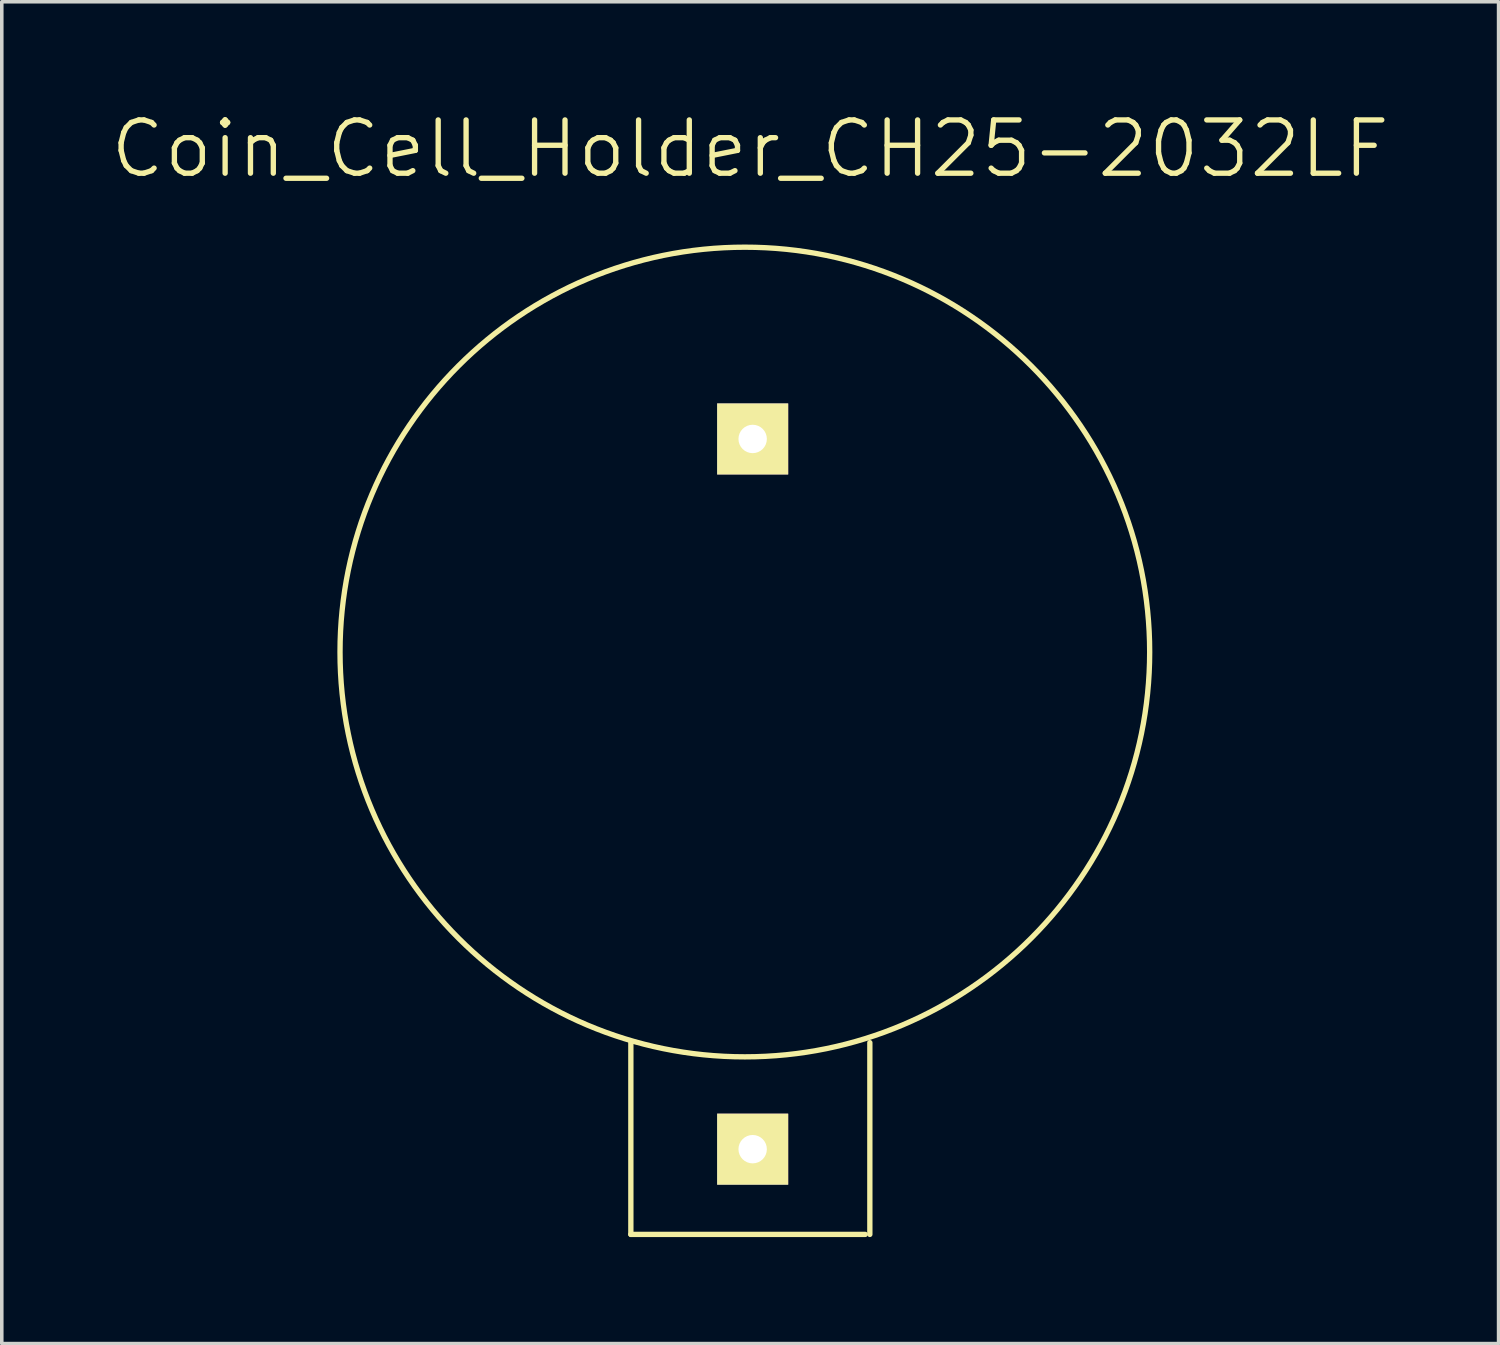
<source format=kicad_pcb>
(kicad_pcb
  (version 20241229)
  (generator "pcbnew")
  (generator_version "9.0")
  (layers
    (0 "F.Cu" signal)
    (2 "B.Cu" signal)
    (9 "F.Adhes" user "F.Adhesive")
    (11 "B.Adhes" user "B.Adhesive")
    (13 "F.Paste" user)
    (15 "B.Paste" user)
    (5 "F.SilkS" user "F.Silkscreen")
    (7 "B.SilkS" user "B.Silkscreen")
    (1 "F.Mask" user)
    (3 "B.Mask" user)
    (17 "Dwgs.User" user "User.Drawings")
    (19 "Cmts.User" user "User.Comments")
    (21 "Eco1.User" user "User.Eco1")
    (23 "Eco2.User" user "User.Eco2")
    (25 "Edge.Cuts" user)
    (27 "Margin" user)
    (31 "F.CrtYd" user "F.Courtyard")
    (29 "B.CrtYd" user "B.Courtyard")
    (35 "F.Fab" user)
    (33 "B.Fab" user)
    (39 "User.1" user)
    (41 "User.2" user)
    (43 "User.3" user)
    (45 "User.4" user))
  (footprint "Coin_Cell_Holder_CH25-2032LF"
    (layer "F.Cu")
    (at 18.155 15.171)
    (property "Reference" "Coin_Cell_Holder_CH25-2032LF" (at -0.08 -14.03 0) (layer "F.SilkS") (effects (font (size 1.5 1.5) (thickness 0.15))))
    (attr through_hole)
    (fp_line (start -3.44 16.54) (end -3.44 11.14) (stroke (width 0.15) (type solid)) (layer "F.SilkS"))
    (fp_line (start 3.16 16.54) (end -3.44 16.54) (stroke (width 0.15) (type solid)) (layer "F.SilkS"))
    (fp_line (start 3.29 11.14) (end 3.29 16.54) (stroke (width 0.15) (type solid)) (layer "F.SilkS"))
    (fp_circle (center -0.23 0.14) (end -0.23 11.54) (stroke (width 0.15) (type solid)) (fill no) (layer "F.SilkS"))
    (pad "1" thru_hole rect (at -0.01 14.14) (size 2 2) (drill 0.8) (layers "*.Cu" "*.Mask" "F.SilkS"))
    (pad "2" thru_hole rect (at -0.01 -5.86) (size 2 2) (drill 0.8) (layers "*.Cu" "*.Mask" "F.SilkS")))
  (gr_rect
    (start -3 -3)
    (end 39.15 34.786)
    (stroke (width 0.1) (type default))
    (fill no)
    (layer "Edge.Cuts")))
</source>
